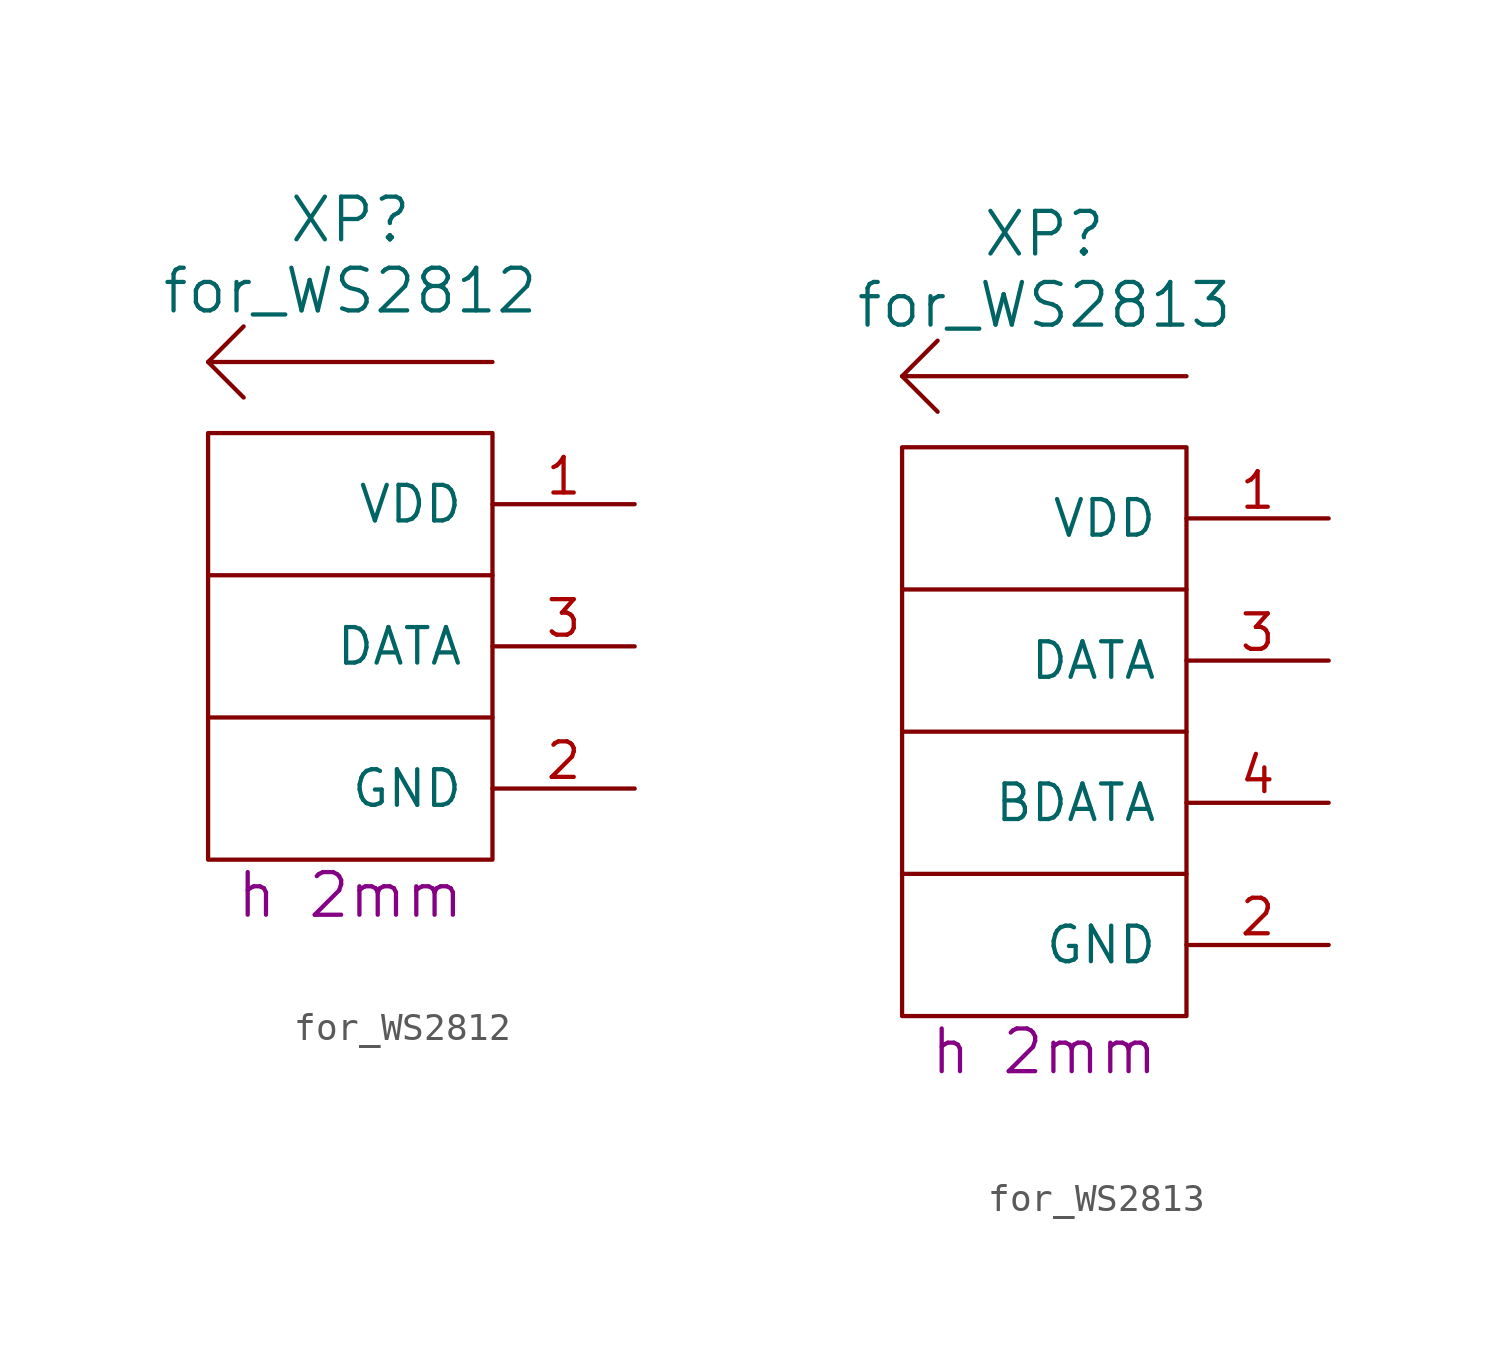
<source format=kicad_sym>
(kicad_symbol_lib
  (version 20220914)
  (generator kicad_symbol_editor)
  (symbol "for_WS2812"
    (pin_names
      (offset 1.016))
    (property "Reference" "XP"
      (at 0 15.24 0)
      (do_not_autoplace)
      (effects (font (size 1.524 1.524))))
    (property "Value" "for_WS2812"
      (at 0 12.7 0)
      (do_not_autoplace)
      (effects (font (size 1.524 1.524))))
    (property "Datasheet" ""
      (at 0 -8.89 0)
      (effects (font (size 1.524 1.524))))
    (property "Step" "h 2mm"
      (at 0 -8.89 0)
      (do_not_autoplace)
      (effects (font (size 1.524 1.524))))
    (symbol "for_WS2812_0_0"
      (polyline (pts (xy 5.08 -2.54) (xy -5.08 -2.54)) (stroke (width 0) (type solid)) (fill (type none)))
      (polyline (pts (xy 5.08 2.54) (xy -5.08 2.54)) (stroke (width 0) (type solid)) (fill (type none)))
      (rectangle (start 5.08 7.62) (end -5.08 -7.62) (stroke (width 0) (type solid)) (fill (type none))))
    (symbol "for_WS2812_0_1"
      (polyline (pts (xy 5.08 10.16) (xy -5.08 10.16)) (stroke (width 0) (type solid)) (fill (type none)))
      (polyline (pts (xy -3.81 8.89) (xy -5.08 10.16) (xy -3.81 11.43)) (stroke (width 0) (type solid)) (fill (type none))))
    (symbol "for_WS2812_1_1"
      (pin power_in line (at 10.16 5.08 180) (length 5.08) (name "VDD" (effects (font (size 1.27 1.27)))) (number "1" (effects (font (size 1.27 1.27)))))
      (pin power_in line (at 10.16 -5.08 180) (length 5.08) (name "GND" (effects (font (size 1.27 1.27)))) (number "2" (effects (font (size 1.27 1.27)))))
      (pin input line (at 10.16 0 180) (length 5.08) (name "DATA" (effects (font (size 1.27 1.27)))) (number "3" (effects (font (size 1.27 1.27)))))))
  (symbol "for_WS2813"
    (pin_names
      (offset 1.016))
    (property "Reference" "XP"
      (at 0 17.78 0)
      (do_not_autoplace)
      (effects (font (size 1.524 1.524))))
    (property "Value" "for_WS2813"
      (at 0 15.24 0)
      (do_not_autoplace)
      (effects (font (size 1.524 1.524))))
    (property "Datasheet" ""
      (at 0 -6.35 0)
      (effects (font (size 1.524 1.524))))
    (property "Step" "h 2mm"
      (at 0 -11.43 0)
      (do_not_autoplace)
      (effects (font (size 1.524 1.524))))
    (symbol "for_WS2813_0_0"
      (polyline (pts (xy 5.08 -5.08) (xy -5.08 -5.08)) (stroke (width 0) (type solid)) (fill (type none)))
      (polyline (pts (xy 5.08 0) (xy -5.08 0)) (stroke (width 0) (type solid)) (fill (type none)))
      (polyline (pts (xy 5.08 5.08) (xy -5.08 5.08)) (stroke (width 0) (type solid)) (fill (type none)))
      (rectangle (start 5.08 10.16) (end -5.08 -10.16) (stroke (width 0) (type solid)) (fill (type none))))
    (symbol "for_WS2813_0_1"
      (polyline (pts (xy 5.08 12.7) (xy -5.08 12.7)) (stroke (width 0) (type solid)) (fill (type none)))
      (polyline (pts (xy -3.81 11.43) (xy -5.08 12.7) (xy -3.81 13.97)) (stroke (width 0) (type solid)) (fill (type none))))
    (symbol "for_WS2813_1_1"
      (pin power_in line (at 10.16 7.62 180) (length 5.08) (name "VDD" (effects (font (size 1.27 1.27)))) (number "1" (effects (font (size 1.27 1.27)))))
      (pin power_in line (at 10.16 -7.62 180) (length 5.08) (name "GND" (effects (font (size 1.27 1.27)))) (number "2" (effects (font (size 1.27 1.27)))))
      (pin input line (at 10.16 2.54 180) (length 5.08) (name "DATA" (effects (font (size 1.27 1.27)))) (number "3" (effects (font (size 1.27 1.27)))))
      (pin passive line (at 10.16 -2.54 180) (length 5.08) (name "BDATA" (effects (font (size 1.27 1.27)))) (number "4" (effects (font (size 1.27 1.27))))))))
</source>
